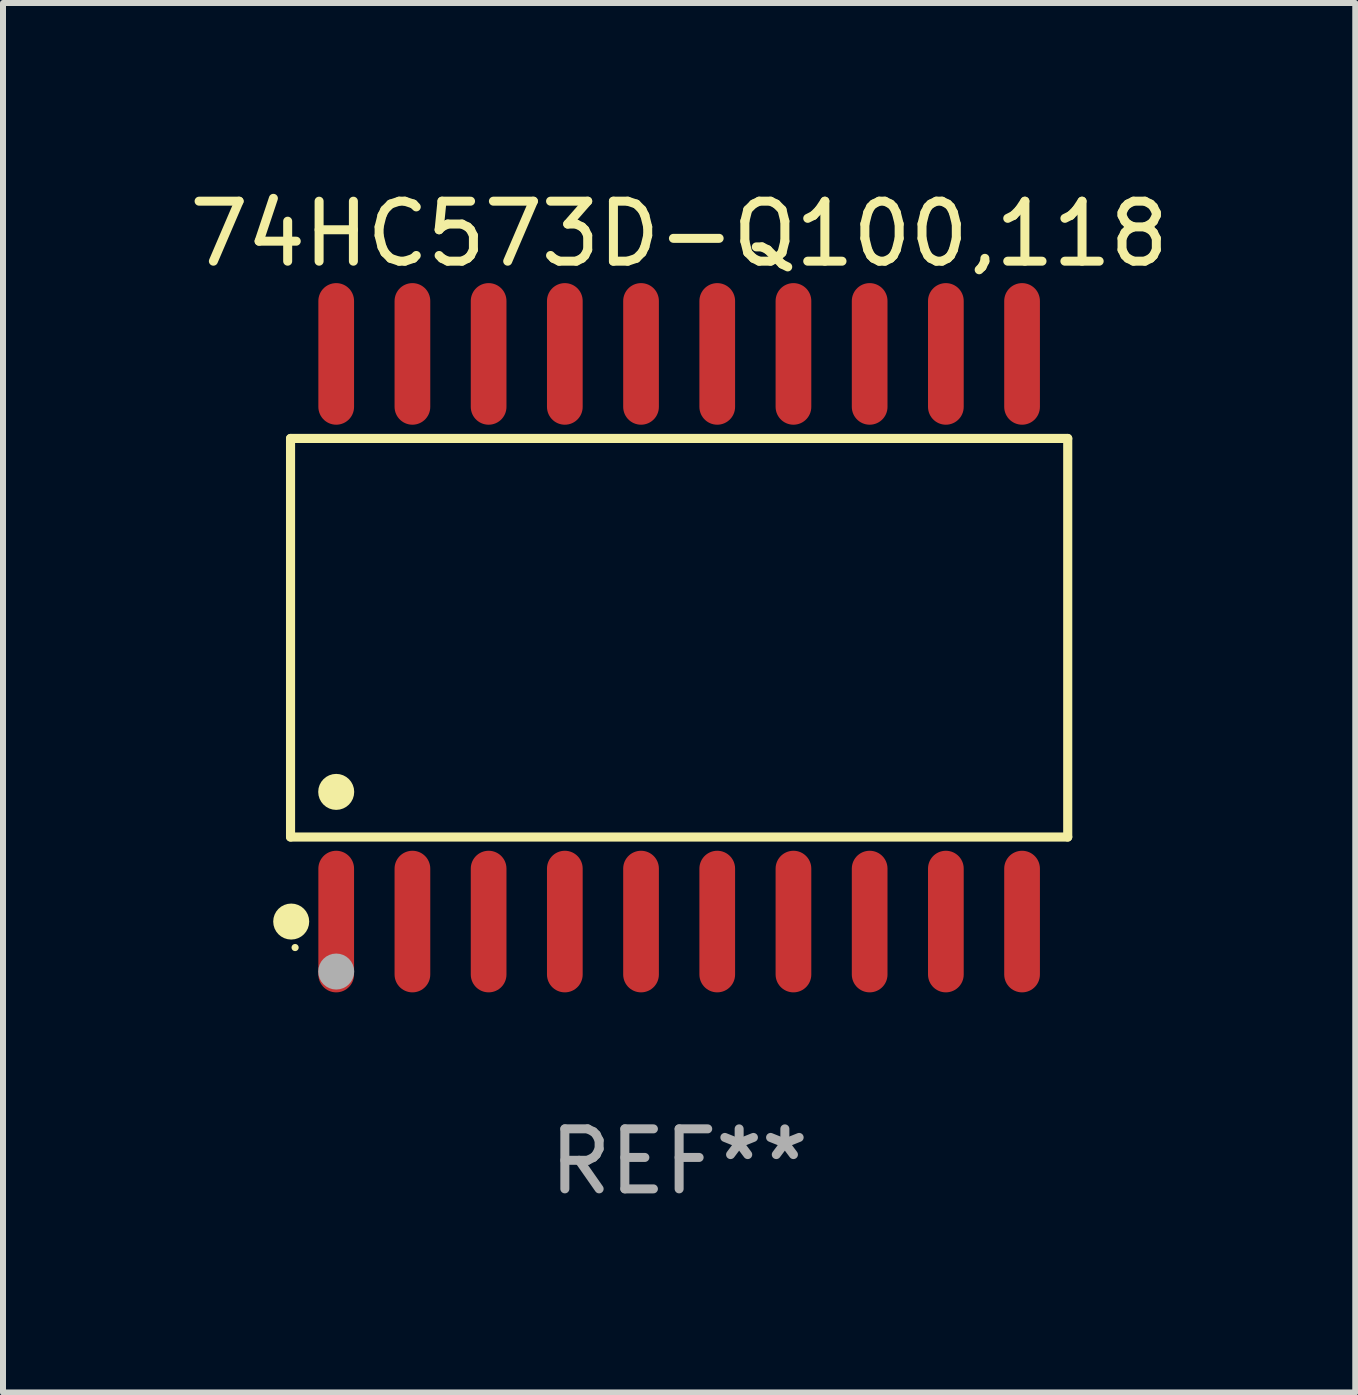
<source format=kicad_pcb>
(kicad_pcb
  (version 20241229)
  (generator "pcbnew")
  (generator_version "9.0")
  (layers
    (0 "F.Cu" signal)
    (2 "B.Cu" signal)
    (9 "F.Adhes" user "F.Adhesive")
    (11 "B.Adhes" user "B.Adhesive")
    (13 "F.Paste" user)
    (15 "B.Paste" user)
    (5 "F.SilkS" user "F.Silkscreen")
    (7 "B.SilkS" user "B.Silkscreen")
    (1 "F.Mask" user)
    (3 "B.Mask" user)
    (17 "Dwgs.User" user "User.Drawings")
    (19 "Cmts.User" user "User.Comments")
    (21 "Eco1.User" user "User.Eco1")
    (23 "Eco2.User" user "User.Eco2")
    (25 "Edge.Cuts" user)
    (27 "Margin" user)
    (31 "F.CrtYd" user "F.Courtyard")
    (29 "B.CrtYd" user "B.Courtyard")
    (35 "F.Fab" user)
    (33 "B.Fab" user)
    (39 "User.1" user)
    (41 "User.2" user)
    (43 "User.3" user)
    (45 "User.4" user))
  (footprint "74HC573D-Q100,118"
    (layer "F.Cu")
    (at 8.268 7.578)
    (property "Reference" "74HC573D-Q100,118" (at 0 -6.73 0) (layer "F.SilkS") (effects (font (size 1 1) (thickness 0.15))))
    (attr through_hole)
    (fp_line (start -6.476 -3.321) (end 6.476 -3.321) (stroke (width 0.152) (type solid)) (layer "F.SilkS"))
    (fp_line (start -6.476 3.321) (end -6.476 -3.321) (stroke (width 0.152) (type solid)) (layer "F.SilkS"))
    (fp_line (start 6.476 -3.321) (end 6.476 3.321) (stroke (width 0.152) (type solid)) (layer "F.SilkS"))
    (fp_line (start 6.476 3.321) (end -6.476 3.321) (stroke (width 0.152) (type solid)) (layer "F.SilkS"))
    (fp_circle (center -6.465 4.73) (end -6.315 4.73) (stroke (width 0.3) (type solid)) (fill no) (layer "F.SilkS"))
    (fp_circle (center -6.4 5.163) (end -6.37 5.163) (stroke (width 0.06) (type solid)) (fill no) (layer "F.SilkS"))
    (fp_circle (center -5.715 2.569) (end -5.565 2.569) (stroke (width 0.3) (type solid)) (fill no) (layer "F.SilkS"))
    (fp_circle (center -5.715 5.563) (end -5.565 5.563) (stroke (width 0.3) (type solid)) (fill no) (layer "F.Fab"))
    (fp_text user "REF**" (at 0 8.73 0) (layer "F.Fab") (effects (font (size 1 1) (thickness 0.15))))
    (pad "1" smd oval (at -5.715 4.73) (size 0.595 2.36) (layers "F.Cu" "F.Mask" "F.Paste"))
    (pad "2" smd oval (at -4.445 4.73) (size 0.595 2.36) (layers "F.Cu" "F.Mask" "F.Paste"))
    (pad "3" smd oval (at -3.175 4.73) (size 0.595 2.36) (layers "F.Cu" "F.Mask" "F.Paste"))
    (pad "4" smd oval (at -1.905 4.73) (size 0.595 2.36) (layers "F.Cu" "F.Mask" "F.Paste"))
    (pad "5" smd oval (at -0.635 4.73) (size 0.595 2.36) (layers "F.Cu" "F.Mask" "F.Paste"))
    (pad "6" smd oval (at 0.635 4.73) (size 0.595 2.36) (layers "F.Cu" "F.Mask" "F.Paste"))
    (pad "7" smd oval (at 1.905 4.73) (size 0.595 2.36) (layers "F.Cu" "F.Mask" "F.Paste"))
    (pad "8" smd oval (at 3.175 4.73) (size 0.595 2.36) (layers "F.Cu" "F.Mask" "F.Paste"))
    (pad "9" smd oval (at 4.445 4.73) (size 0.595 2.36) (layers "F.Cu" "F.Mask" "F.Paste"))
    (pad "10" smd oval (at 5.715 4.73) (size 0.595 2.36) (layers "F.Cu" "F.Mask" "F.Paste"))
    (pad "11" smd oval (at 5.715 -4.73) (size 0.595 2.36) (layers "F.Cu" "F.Mask" "F.Paste"))
    (pad "12" smd oval (at 4.445 -4.73) (size 0.595 2.36) (layers "F.Cu" "F.Mask" "F.Paste"))
    (pad "13" smd oval (at 3.175 -4.73) (size 0.595 2.36) (layers "F.Cu" "F.Mask" "F.Paste"))
    (pad "14" smd oval (at 1.905 -4.73) (size 0.595 2.36) (layers "F.Cu" "F.Mask" "F.Paste"))
    (pad "15" smd oval (at 0.635 -4.73) (size 0.595 2.36) (layers "F.Cu" "F.Mask" "F.Paste"))
    (pad "16" smd oval (at -0.635 -4.73) (size 0.595 2.36) (layers "F.Cu" "F.Mask" "F.Paste"))
    (pad "17" smd oval (at -1.905 -4.73) (size 0.595 2.36) (layers "F.Cu" "F.Mask" "F.Paste"))
    (pad "18" smd oval (at -3.175 -4.73) (size 0.595 2.36) (layers "F.Cu" "F.Mask" "F.Paste"))
    (pad "19" smd oval (at -4.445 -4.73) (size 0.595 2.36) (layers "F.Cu" "F.Mask" "F.Paste"))
    (pad "20" smd oval (at -5.715 -4.73) (size 0.595 2.36) (layers "F.Cu" "F.Mask" "F.Paste")))
  (gr_rect
    (start -3 -3)
    (end 19.536 20.156)
    (stroke (width 0.1) (type default))
    (fill no)
    (layer "Edge.Cuts")))
</source>
